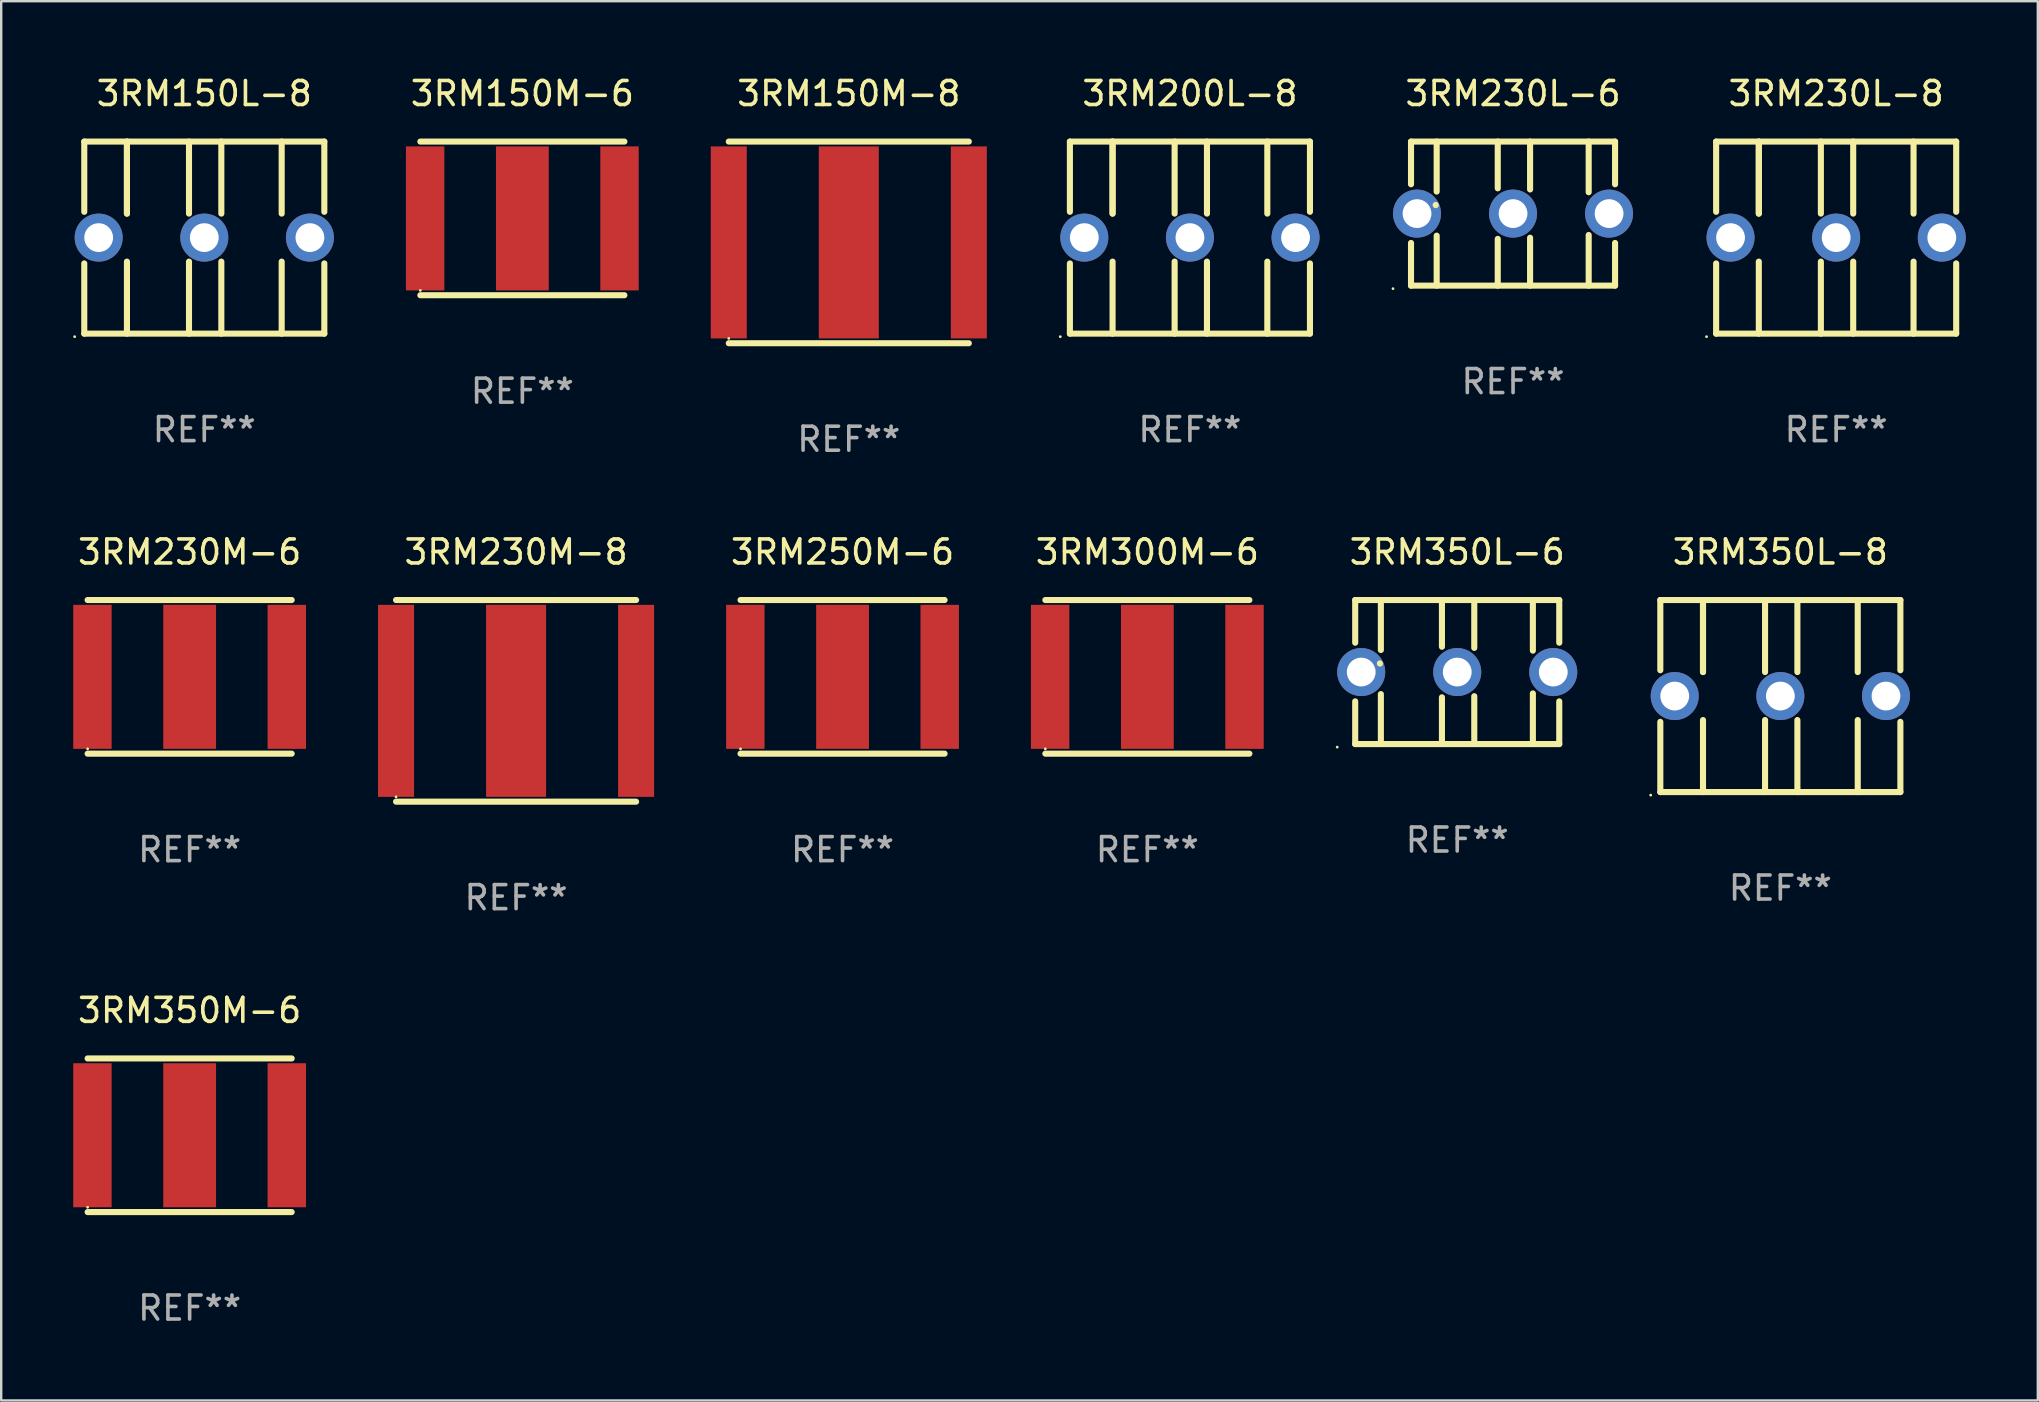
<source format=kicad_pcb>
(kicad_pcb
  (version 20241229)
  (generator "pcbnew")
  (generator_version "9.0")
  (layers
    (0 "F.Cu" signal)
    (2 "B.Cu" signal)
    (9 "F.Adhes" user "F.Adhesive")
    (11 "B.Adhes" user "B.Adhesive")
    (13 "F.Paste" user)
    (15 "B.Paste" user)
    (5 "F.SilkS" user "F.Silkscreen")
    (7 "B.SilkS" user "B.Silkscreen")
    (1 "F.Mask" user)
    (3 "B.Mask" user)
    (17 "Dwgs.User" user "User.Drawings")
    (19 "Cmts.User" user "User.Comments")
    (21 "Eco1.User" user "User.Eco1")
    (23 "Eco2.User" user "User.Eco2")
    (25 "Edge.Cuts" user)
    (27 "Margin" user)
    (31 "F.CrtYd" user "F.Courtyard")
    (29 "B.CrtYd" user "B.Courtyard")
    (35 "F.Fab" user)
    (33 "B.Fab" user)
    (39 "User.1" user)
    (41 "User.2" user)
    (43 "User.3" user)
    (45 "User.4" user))
  (footprint "3RM300M-6"
    (layer "F.Cu")
    (at 44.745 25.145)
    (property "Reference" "3RM300M-6" (at 0 -5.2 0) (layer "F.SilkS") (effects (font (size 1 1) (thickness 0.15))))
    (attr through_hole)
    (fp_line (start -4.25 -3.2) (end 4.25 -3.2) (stroke (width 0.254) (type solid)) (layer "F.SilkS"))
    (fp_line (start -4.25 3.2) (end 4.25 3.2) (stroke (width 0.254) (type solid)) (layer "F.SilkS"))
    (fp_circle (center -4.25 3) (end -4.22 3) (stroke (width 0.06) (type solid)) (fill no) (layer "F.SilkS"))
    (fp_text user "REF**" (at 0 7.2 0) (layer "F.Fab") (effects (font (size 1 1) (thickness 0.15))))
    (pad "1" smd rect (at -4.05 0) (size 1.6 6) (layers "F.Cu" "F.Mask" "F.Paste"))
    (pad "2" smd rect (at 4.047 0) (size 1.6 6) (layers "F.Cu" "F.Mask" "F.Paste"))
    (pad "3" smd rect (at 0 0) (size 2.2 6) (layers "F.Cu" "F.Mask" "F.Paste")))
  (footprint "3RM350M-6"
    (layer "F.Cu")
    (at 4.85 44.241)
    (property "Reference" "3RM350M-6" (at 0 -5.2 0) (layer "F.SilkS") (effects (font (size 1 1) (thickness 0.15))))
    (attr through_hole)
    (fp_line (start -4.25 -3.2) (end 4.25 -3.2) (stroke (width 0.254) (type solid)) (layer "F.SilkS"))
    (fp_line (start -4.25 3.2) (end 4.25 3.2) (stroke (width 0.254) (type solid)) (layer "F.SilkS"))
    (fp_circle (center -4.25 3) (end -4.22 3) (stroke (width 0.06) (type solid)) (fill no) (layer "F.SilkS"))
    (fp_text user "REF**" (at 0 7.2 0) (layer "F.Fab") (effects (font (size 1 1) (thickness 0.15))))
    (pad "1" smd rect (at -4.05 0) (size 1.6 6) (layers "F.Cu" "F.Mask" "F.Paste"))
    (pad "2" smd rect (at 4.047 0) (size 1.6 6) (layers "F.Cu" "F.Mask" "F.Paste"))
    (pad "3" smd rect (at 0 0) (size 2.2 6) (layers "F.Cu" "F.Mask" "F.Paste")))
  (footprint "3RM150L-8"
    (layer "F.Cu")
    (at 5.46 6.848)
    (property "Reference" "3RM150L-8" (at 0 -6 0) (layer "F.SilkS") (effects (font (size 1 1) (thickness 0.15))))
    (attr through_hole)
    (fp_line (start -5 -4) (end -5 -1.075) (stroke (width 0.254) (type solid)) (layer "F.SilkS"))
    (fp_line (start -5 -4) (end 5 -4) (stroke (width 0.254) (type solid)) (layer "F.SilkS"))
    (fp_line (start -5 1.075) (end -5 4) (stroke (width 0.254) (type solid)) (layer "F.SilkS"))
    (fp_line (start -5 4) (end 5 4) (stroke (width 0.254) (type solid)) (layer "F.SilkS"))
    (fp_line (start -3.222 -1) (end -3.222 -4) (stroke (width 0.254) (type solid)) (layer "F.SilkS"))
    (fp_line (start -3.222 -1) (end -3.222 -4) (stroke (width 0.254) (type solid)) (layer "F.SilkS"))
    (fp_line (start -3.222 1) (end -3.222 4) (stroke (width 0.254) (type solid)) (layer "F.SilkS"))
    (fp_line (start -0.637 -1) (end -0.637 -4) (stroke (width 0.254) (type solid)) (layer "F.SilkS"))
    (fp_line (start -0.637 1) (end -0.637 4) (stroke (width 0.254) (type solid)) (layer "F.SilkS"))
    (fp_line (start 0.71 -1) (end 0.71 -4) (stroke (width 0.254) (type solid)) (layer "F.SilkS"))
    (fp_line (start 0.71 1) (end 0.71 4) (stroke (width 0.254) (type solid)) (layer "F.SilkS"))
    (fp_line (start 3.224 -1) (end 3.224 -4) (stroke (width 0.254) (type solid)) (layer "F.SilkS"))
    (fp_line (start 3.224 1) (end 3.224 4) (stroke (width 0.254) (type solid)) (layer "F.SilkS"))
    (fp_line (start 5 -4) (end 5 -1.075) (stroke (width 0.254) (type solid)) (layer "F.SilkS"))
    (fp_line (start 5 1.075) (end 5 4) (stroke (width 0.254) (type solid)) (layer "F.SilkS"))
    (fp_circle (center -5.4 4.127) (end -5.37 4.127) (stroke (width 0.06) (type solid)) (fill no) (layer "F.SilkS"))
    (fp_text user "REF**" (at 0 8 0) (layer "F.Fab") (effects (font (size 1 1) (thickness 0.15))))
    (pad "1" thru_hole circle (at -4.4 0) (size 2 2) (drill 1.2) (layers "*.Cu" "*.Mask"))
    (pad "2" thru_hole circle (at 4.4 0) (size 2 2) (drill 1.2) (layers "*.Cu" "*.Mask"))
    (pad "3" thru_hole circle (at 0 0) (size 2 2) (drill 1.2) (layers "*.Cu" "*.Mask")))
  (footprint "3RM150M-6"
    (layer "F.Cu")
    (at 18.71 6.048)
    (property "Reference" "3RM150M-6" (at 0 -5.2 0) (layer "F.SilkS") (effects (font (size 1 1) (thickness 0.15))))
    (attr through_hole)
    (fp_line (start -4.25 -3.2) (end 4.25 -3.2) (stroke (width 0.254) (type solid)) (layer "F.SilkS"))
    (fp_line (start -4.25 3.2) (end 4.25 3.2) (stroke (width 0.254) (type solid)) (layer "F.SilkS"))
    (fp_circle (center -4.25 3) (end -4.22 3) (stroke (width 0.06) (type solid)) (fill no) (layer "F.SilkS"))
    (fp_text user "REF**" (at 0 7.2 0) (layer "F.Fab") (effects (font (size 1 1) (thickness 0.15))))
    (pad "1" smd rect (at -4.05 0) (size 1.6 6) (layers "F.Cu" "F.Mask" "F.Paste"))
    (pad "2" smd rect (at 4.047 0) (size 1.6 6) (layers "F.Cu" "F.Mask" "F.Paste"))
    (pad "3" smd rect (at 0 0) (size 2.2 6) (layers "F.Cu" "F.Mask" "F.Paste")))
  (footprint "3RM230M-8"
    (layer "F.Cu")
    (at 18.448 26.145)
    (property "Reference" "3RM230M-8" (at 0 -6.2 0) (layer "F.SilkS") (effects (font (size 1 1) (thickness 0.15))))
    (attr through_hole)
    (fp_line (start -5 -4.2) (end 5 -4.2) (stroke (width 0.254) (type solid)) (layer "F.SilkS"))
    (fp_line (start -5 4.2) (end 5 4.2) (stroke (width 0.254) (type solid)) (layer "F.SilkS"))
    (fp_circle (center -5 4) (end -4.97 4) (stroke (width 0.06) (type solid)) (fill no) (layer "F.SilkS"))
    (fp_text user "REF**" (at 0 8.2 0) (layer "F.Fab") (effects (font (size 1 1) (thickness 0.15))))
    (pad "1" smd rect (at -5 0) (size 1.5 8) (layers "F.Cu" "F.Mask" "F.Paste"))
    (pad "2" smd rect (at 5 0) (size 1.5 8) (layers "F.Cu" "F.Mask" "F.Paste"))
    (pad "3" smd rect (at 0 0) (size 2.5 8) (layers "F.Cu" "F.Mask" "F.Paste")))
  (footprint "3RM350L-8"
    (layer "F.Cu")
    (at 71.113 25.945)
    (property "Reference" "3RM350L-8" (at 0 -6 0) (layer "F.SilkS") (effects (font (size 1 1) (thickness 0.15))))
    (attr through_hole)
    (fp_line (start -5 -4) (end -5 -1.075) (stroke (width 0.254) (type solid)) (layer "F.SilkS"))
    (fp_line (start -5 -4) (end 5 -4) (stroke (width 0.254) (type solid)) (layer "F.SilkS"))
    (fp_line (start -5 1.075) (end -5 4) (stroke (width 0.254) (type solid)) (layer "F.SilkS"))
    (fp_line (start -5 4) (end 5 4) (stroke (width 0.254) (type solid)) (layer "F.SilkS"))
    (fp_line (start -3.222 -1) (end -3.222 -4) (stroke (width 0.254) (type solid)) (layer "F.SilkS"))
    (fp_line (start -3.222 -1) (end -3.222 -4) (stroke (width 0.254) (type solid)) (layer "F.SilkS"))
    (fp_line (start -3.222 1) (end -3.222 4) (stroke (width 0.254) (type solid)) (layer "F.SilkS"))
    (fp_line (start -0.637 -1) (end -0.637 -4) (stroke (width 0.254) (type solid)) (layer "F.SilkS"))
    (fp_line (start -0.637 1) (end -0.637 4) (stroke (width 0.254) (type solid)) (layer "F.SilkS"))
    (fp_line (start 0.71 -1) (end 0.71 -4) (stroke (width 0.254) (type solid)) (layer "F.SilkS"))
    (fp_line (start 0.71 1) (end 0.71 4) (stroke (width 0.254) (type solid)) (layer "F.SilkS"))
    (fp_line (start 3.224 -1) (end 3.224 -4) (stroke (width 0.254) (type solid)) (layer "F.SilkS"))
    (fp_line (start 3.224 1) (end 3.224 4) (stroke (width 0.254) (type solid)) (layer "F.SilkS"))
    (fp_line (start 5 -4) (end 5 -1.075) (stroke (width 0.254) (type solid)) (layer "F.SilkS"))
    (fp_line (start 5 1.075) (end 5 4) (stroke (width 0.254) (type solid)) (layer "F.SilkS"))
    (fp_circle (center -5.4 4.127) (end -5.37 4.127) (stroke (width 0.06) (type solid)) (fill no) (layer "F.SilkS"))
    (fp_text user "REF**" (at 0 8 0) (layer "F.Fab") (effects (font (size 1 1) (thickness 0.15))))
    (pad "1" thru_hole circle (at -4.4 0) (size 2 2) (drill 1.2) (layers "*.Cu" "*.Mask"))
    (pad "2" thru_hole circle (at 4.4 0) (size 2 2) (drill 1.2) (layers "*.Cu" "*.Mask"))
    (pad "3" thru_hole circle (at 0 0) (size 2 2) (drill 1.2) (layers "*.Cu" "*.Mask")))
  (footprint "3RM250M-6"
    (layer "F.Cu")
    (at 32.048 25.145)
    (property "Reference" "3RM250M-6" (at 0 -5.2 0) (layer "F.SilkS") (effects (font (size 1 1) (thickness 0.15))))
    (attr through_hole)
    (fp_line (start -4.25 -3.2) (end 4.25 -3.2) (stroke (width 0.254) (type solid)) (layer "F.SilkS"))
    (fp_line (start -4.25 3.2) (end 4.25 3.2) (stroke (width 0.254) (type solid)) (layer "F.SilkS"))
    (fp_circle (center -4.25 3) (end -4.22 3) (stroke (width 0.06) (type solid)) (fill no) (layer "F.SilkS"))
    (fp_text user "REF**" (at 0 7.2 0) (layer "F.Fab") (effects (font (size 1 1) (thickness 0.15))))
    (pad "1" smd rect (at -4.05 0) (size 1.6 6) (layers "F.Cu" "F.Mask" "F.Paste"))
    (pad "2" smd rect (at 4.047 0) (size 1.6 6) (layers "F.Cu" "F.Mask" "F.Paste"))
    (pad "3" smd rect (at 0 0) (size 2.2 6) (layers "F.Cu" "F.Mask" "F.Paste")))
  (footprint "3RM200L-8"
    (layer "F.Cu")
    (at 46.518 6.848)
    (property "Reference" "3RM200L-8" (at 0 -6 0) (layer "F.SilkS") (effects (font (size 1 1) (thickness 0.15))))
    (attr through_hole)
    (fp_line (start -5 -4) (end -5 -1.075) (stroke (width 0.254) (type solid)) (layer "F.SilkS"))
    (fp_line (start -5 -4) (end 5 -4) (stroke (width 0.254) (type solid)) (layer "F.SilkS"))
    (fp_line (start -5 1.075) (end -5 4) (stroke (width 0.254) (type solid)) (layer "F.SilkS"))
    (fp_line (start -5 4) (end 5 4) (stroke (width 0.254) (type solid)) (layer "F.SilkS"))
    (fp_line (start -3.222 -1) (end -3.222 -4) (stroke (width 0.254) (type solid)) (layer "F.SilkS"))
    (fp_line (start -3.222 -1) (end -3.222 -4) (stroke (width 0.254) (type solid)) (layer "F.SilkS"))
    (fp_line (start -3.222 1) (end -3.222 4) (stroke (width 0.254) (type solid)) (layer "F.SilkS"))
    (fp_line (start -0.637 -1) (end -0.637 -4) (stroke (width 0.254) (type solid)) (layer "F.SilkS"))
    (fp_line (start -0.637 1) (end -0.637 4) (stroke (width 0.254) (type solid)) (layer "F.SilkS"))
    (fp_line (start 0.71 -1) (end 0.71 -4) (stroke (width 0.254) (type solid)) (layer "F.SilkS"))
    (fp_line (start 0.71 1) (end 0.71 4) (stroke (width 0.254) (type solid)) (layer "F.SilkS"))
    (fp_line (start 3.224 -1) (end 3.224 -4) (stroke (width 0.254) (type solid)) (layer "F.SilkS"))
    (fp_line (start 3.224 1) (end 3.224 4) (stroke (width 0.254) (type solid)) (layer "F.SilkS"))
    (fp_line (start 5 -4) (end 5 -1.075) (stroke (width 0.254) (type solid)) (layer "F.SilkS"))
    (fp_line (start 5 1.075) (end 5 4) (stroke (width 0.254) (type solid)) (layer "F.SilkS"))
    (fp_circle (center -5.4 4.127) (end -5.37 4.127) (stroke (width 0.06) (type solid)) (fill no) (layer "F.SilkS"))
    (fp_text user "REF**" (at 0 8 0) (layer "F.Fab") (effects (font (size 1 1) (thickness 0.15))))
    (pad "1" thru_hole circle (at -4.4 0) (size 2 2) (drill 1.2) (layers "*.Cu" "*.Mask"))
    (pad "2" thru_hole circle (at 4.4 0) (size 2 2) (drill 1.2) (layers "*.Cu" "*.Mask"))
    (pad "3" thru_hole circle (at 0 0) (size 2 2) (drill 1.2) (layers "*.Cu" "*.Mask")))
  (footprint "3RM230M-6"
    (layer "F.Cu")
    (at 4.85 25.145)
    (property "Reference" "3RM230M-6" (at 0 -5.2 0) (layer "F.SilkS") (effects (font (size 1 1) (thickness 0.15))))
    (attr through_hole)
    (fp_line (start -4.25 -3.2) (end 4.25 -3.2) (stroke (width 0.254) (type solid)) (layer "F.SilkS"))
    (fp_line (start -4.25 3.2) (end 4.25 3.2) (stroke (width 0.254) (type solid)) (layer "F.SilkS"))
    (fp_circle (center -4.25 3) (end -4.22 3) (stroke (width 0.06) (type solid)) (fill no) (layer "F.SilkS"))
    (fp_text user "REF**" (at 0 7.2 0) (layer "F.Fab") (effects (font (size 1 1) (thickness 0.15))))
    (pad "1" smd rect (at -4.05 0) (size 1.6 6) (layers "F.Cu" "F.Mask" "F.Paste"))
    (pad "2" smd rect (at 4.047 0) (size 1.6 6) (layers "F.Cu" "F.Mask" "F.Paste"))
    (pad "3" smd rect (at 0 0) (size 2.2 6) (layers "F.Cu" "F.Mask" "F.Paste")))
  (footprint "3RM230L-8"
    (layer "F.Cu")
    (at 73.438 6.848)
    (property "Reference" "3RM230L-8" (at 0 -6 0) (layer "F.SilkS") (effects (font (size 1 1) (thickness 0.15))))
    (attr through_hole)
    (fp_line (start -5 -4) (end -5 -1.075) (stroke (width 0.254) (type solid)) (layer "F.SilkS"))
    (fp_line (start -5 -4) (end 5 -4) (stroke (width 0.254) (type solid)) (layer "F.SilkS"))
    (fp_line (start -5 1.075) (end -5 4) (stroke (width 0.254) (type solid)) (layer "F.SilkS"))
    (fp_line (start -5 4) (end 5 4) (stroke (width 0.254) (type solid)) (layer "F.SilkS"))
    (fp_line (start -3.222 -1) (end -3.222 -4) (stroke (width 0.254) (type solid)) (layer "F.SilkS"))
    (fp_line (start -3.222 -1) (end -3.222 -4) (stroke (width 0.254) (type solid)) (layer "F.SilkS"))
    (fp_line (start -3.222 1) (end -3.222 4) (stroke (width 0.254) (type solid)) (layer "F.SilkS"))
    (fp_line (start -0.637 -1) (end -0.637 -4) (stroke (width 0.254) (type solid)) (layer "F.SilkS"))
    (fp_line (start -0.637 1) (end -0.637 4) (stroke (width 0.254) (type solid)) (layer "F.SilkS"))
    (fp_line (start 0.71 -1) (end 0.71 -4) (stroke (width 0.254) (type solid)) (layer "F.SilkS"))
    (fp_line (start 0.71 1) (end 0.71 4) (stroke (width 0.254) (type solid)) (layer "F.SilkS"))
    (fp_line (start 3.224 -1) (end 3.224 -4) (stroke (width 0.254) (type solid)) (layer "F.SilkS"))
    (fp_line (start 3.224 1) (end 3.224 4) (stroke (width 0.254) (type solid)) (layer "F.SilkS"))
    (fp_line (start 5 -4) (end 5 -1.075) (stroke (width 0.254) (type solid)) (layer "F.SilkS"))
    (fp_line (start 5 1.075) (end 5 4) (stroke (width 0.254) (type solid)) (layer "F.SilkS"))
    (fp_circle (center -5.4 4.127) (end -5.37 4.127) (stroke (width 0.06) (type solid)) (fill no) (layer "F.SilkS"))
    (fp_text user "REF**" (at 0 8 0) (layer "F.Fab") (effects (font (size 1 1) (thickness 0.15))))
    (pad "1" thru_hole circle (at -4.4 0) (size 2 2) (drill 1.2) (layers "*.Cu" "*.Mask"))
    (pad "2" thru_hole circle (at 4.4 0) (size 2 2) (drill 1.2) (layers "*.Cu" "*.Mask"))
    (pad "3" thru_hole circle (at 0 0) (size 2 2) (drill 1.2) (layers "*.Cu" "*.Mask")))
  (footprint "3RM350L-6"
    (layer "F.Cu")
    (at 57.653 24.945)
    (property "Reference" "3RM350L-6" (at 0 -5 0) (layer "F.SilkS") (effects (font (size 1 1) (thickness 0.15))))
    (attr through_hole)
    (fp_line (start -4.25 -3) (end -4.25 -1.222) (stroke (width 0.254) (type solid)) (layer "F.SilkS"))
    (fp_line (start -4.25 -3) (end 4.25 -3) (stroke (width 0.254) (type solid)) (layer "F.SilkS"))
    (fp_line (start -4.25 1.222) (end -4.25 3) (stroke (width 0.254) (type solid)) (layer "F.SilkS"))
    (fp_line (start -4.25 3) (end 4.25 3) (stroke (width 0.254) (type solid)) (layer "F.SilkS"))
    (fp_line (start -3.222 -0.359) (end -3.222 -0.353) (stroke (width 0.254) (type solid)) (layer "F.SilkS"))
    (fp_line (start -3.181 -3) (end -3.181 -0.918) (stroke (width 0.254) (type solid)) (layer "F.SilkS"))
    (fp_line (start -3.181 0.918) (end -3.181 3) (stroke (width 0.254) (type solid)) (layer "F.SilkS"))
    (fp_line (start -0.637 -1.053) (end -0.637 -3) (stroke (width 0.254) (type solid)) (layer "F.SilkS"))
    (fp_line (start -0.637 3) (end -0.637 1.053) (stroke (width 0.254) (type solid)) (layer "F.SilkS"))
    (fp_line (start 0.71 -3) (end 0.71 -1.006) (stroke (width 0.254) (type solid)) (layer "F.SilkS"))
    (fp_line (start 0.71 1.006) (end 0.71 3) (stroke (width 0.254) (type solid)) (layer "F.SilkS"))
    (fp_line (start 3.151 -3) (end 3.151 -0.891) (stroke (width 0.254) (type solid)) (layer "F.SilkS"))
    (fp_line (start 3.151 0.891) (end 3.151 3) (stroke (width 0.254) (type solid)) (layer "F.SilkS"))
    (fp_line (start 4.25 -3) (end 4.25 -1.222) (stroke (width 0.254) (type solid)) (layer "F.SilkS"))
    (fp_line (start 4.25 1.222) (end 4.25 3) (stroke (width 0.254) (type solid)) (layer "F.SilkS"))
    (fp_circle (center -5 3.127) (end -4.97 3.127) (stroke (width 0.06) (type solid)) (fill no) (layer "F.SilkS"))
    (fp_text user "REF**" (at 0 7 0) (layer "F.Fab") (effects (font (size 1 1) (thickness 0.15))))
    (pad "1" thru_hole circle (at -4 0) (size 2 2) (drill 1.2) (layers "*.Cu" "*.Mask"))
    (pad "2" thru_hole circle (at 4 0) (size 2 2) (drill 1.2) (layers "*.Cu" "*.Mask"))
    (pad "3" thru_hole circle (at 0 0) (size 2 2) (drill 1.2) (layers "*.Cu" "*.Mask")))
  (footprint "3RM150M-8"
    (layer "F.Cu")
    (at 32.308 7.048)
    (property "Reference" "3RM150M-8" (at 0 -6.2 0) (layer "F.SilkS") (effects (font (size 1 1) (thickness 0.15))))
    (attr through_hole)
    (fp_line (start -5 -4.2) (end 5 -4.2) (stroke (width 0.254) (type solid)) (layer "F.SilkS"))
    (fp_line (start -5 4.2) (end 5 4.2) (stroke (width 0.254) (type solid)) (layer "F.SilkS"))
    (fp_circle (center -5 4) (end -4.97 4) (stroke (width 0.06) (type solid)) (fill no) (layer "F.SilkS"))
    (fp_text user "REF**" (at 0 8.2 0) (layer "F.Fab") (effects (font (size 1 1) (thickness 0.15))))
    (pad "1" smd rect (at -5 0) (size 1.5 8) (layers "F.Cu" "F.Mask" "F.Paste"))
    (pad "2" smd rect (at 5 0) (size 1.5 8) (layers "F.Cu" "F.Mask" "F.Paste"))
    (pad "3" smd rect (at 0 0) (size 2.5 8) (layers "F.Cu" "F.Mask" "F.Paste")))
  (footprint "3RM230L-6"
    (layer "F.Cu")
    (at 59.978 5.848)
    (property "Reference" "3RM230L-6" (at 0 -5 0) (layer "F.SilkS") (effects (font (size 1 1) (thickness 0.15))))
    (attr through_hole)
    (fp_line (start -4.25 -3) (end -4.25 -1.222) (stroke (width 0.254) (type solid)) (layer "F.SilkS"))
    (fp_line (start -4.25 -3) (end 4.25 -3) (stroke (width 0.254) (type solid)) (layer "F.SilkS"))
    (fp_line (start -4.25 1.222) (end -4.25 3) (stroke (width 0.254) (type solid)) (layer "F.SilkS"))
    (fp_line (start -4.25 3) (end 4.25 3) (stroke (width 0.254) (type solid)) (layer "F.SilkS"))
    (fp_line (start -3.222 -0.359) (end -3.222 -0.353) (stroke (width 0.254) (type solid)) (layer "F.SilkS"))
    (fp_line (start -3.181 -3) (end -3.181 -0.918) (stroke (width 0.254) (type solid)) (layer "F.SilkS"))
    (fp_line (start -3.181 0.918) (end -3.181 3) (stroke (width 0.254) (type solid)) (layer "F.SilkS"))
    (fp_line (start -0.637 -1.053) (end -0.637 -3) (stroke (width 0.254) (type solid)) (layer "F.SilkS"))
    (fp_line (start -0.637 3) (end -0.637 1.053) (stroke (width 0.254) (type solid)) (layer "F.SilkS"))
    (fp_line (start 0.71 -3) (end 0.71 -1.006) (stroke (width 0.254) (type solid)) (layer "F.SilkS"))
    (fp_line (start 0.71 1.006) (end 0.71 3) (stroke (width 0.254) (type solid)) (layer "F.SilkS"))
    (fp_line (start 3.151 -3) (end 3.151 -0.891) (stroke (width 0.254) (type solid)) (layer "F.SilkS"))
    (fp_line (start 3.151 0.891) (end 3.151 3) (stroke (width 0.254) (type solid)) (layer "F.SilkS"))
    (fp_line (start 4.25 -3) (end 4.25 -1.222) (stroke (width 0.254) (type solid)) (layer "F.SilkS"))
    (fp_line (start 4.25 1.222) (end 4.25 3) (stroke (width 0.254) (type solid)) (layer "F.SilkS"))
    (fp_circle (center -5 3.127) (end -4.97 3.127) (stroke (width 0.06) (type solid)) (fill no) (layer "F.SilkS"))
    (fp_text user "REF**" (at 0 7 0) (layer "F.Fab") (effects (font (size 1 1) (thickness 0.15))))
    (pad "1" thru_hole circle (at -4 0) (size 2 2) (drill 1.2) (layers "*.Cu" "*.Mask"))
    (pad "2" thru_hole circle (at 4 0) (size 2 2) (drill 1.2) (layers "*.Cu" "*.Mask"))
    (pad "3" thru_hole circle (at 0 0) (size 2 2) (drill 1.2) (layers "*.Cu" "*.Mask")))
  (gr_rect
    (start -3 -3)
    (end 81.838 55.289)
    (stroke (width 0.1) (type default))
    (fill no)
    (layer "Edge.Cuts")))
</source>
